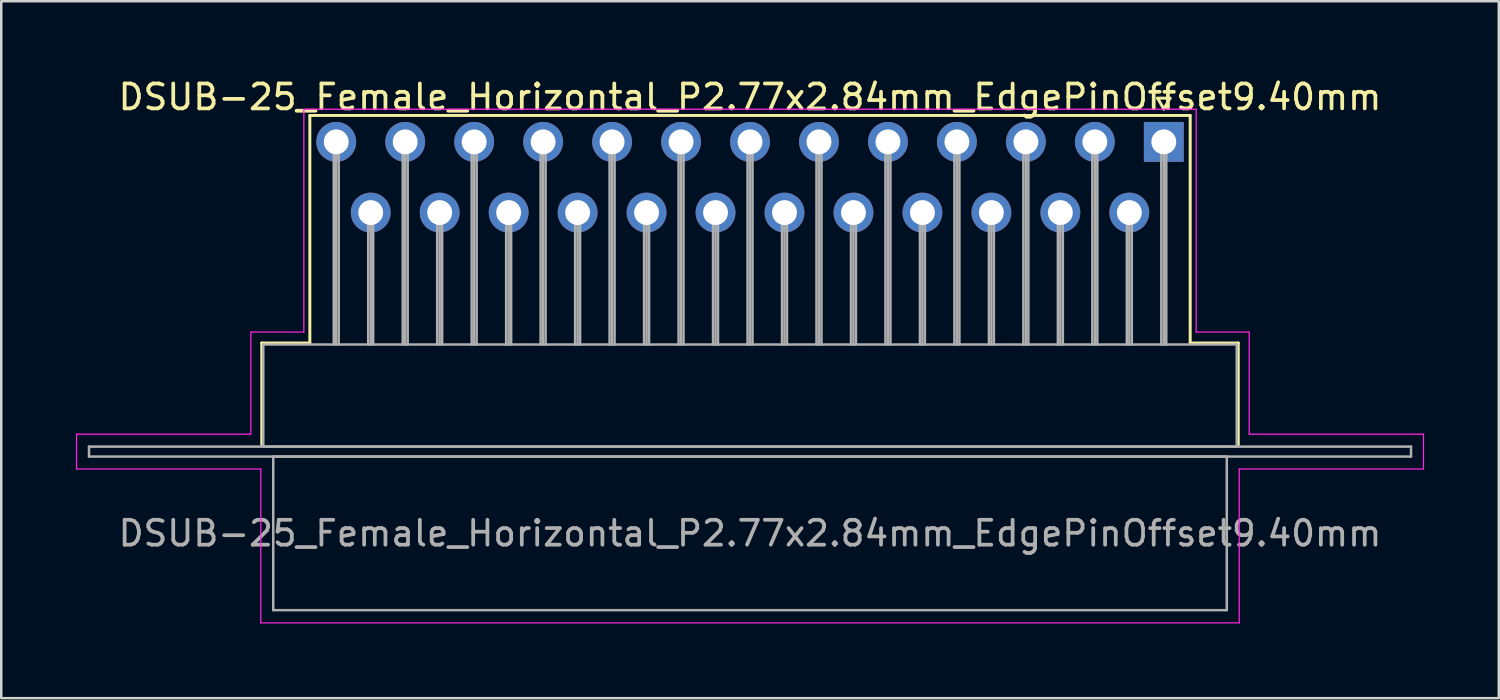
<source format=kicad_pcb>
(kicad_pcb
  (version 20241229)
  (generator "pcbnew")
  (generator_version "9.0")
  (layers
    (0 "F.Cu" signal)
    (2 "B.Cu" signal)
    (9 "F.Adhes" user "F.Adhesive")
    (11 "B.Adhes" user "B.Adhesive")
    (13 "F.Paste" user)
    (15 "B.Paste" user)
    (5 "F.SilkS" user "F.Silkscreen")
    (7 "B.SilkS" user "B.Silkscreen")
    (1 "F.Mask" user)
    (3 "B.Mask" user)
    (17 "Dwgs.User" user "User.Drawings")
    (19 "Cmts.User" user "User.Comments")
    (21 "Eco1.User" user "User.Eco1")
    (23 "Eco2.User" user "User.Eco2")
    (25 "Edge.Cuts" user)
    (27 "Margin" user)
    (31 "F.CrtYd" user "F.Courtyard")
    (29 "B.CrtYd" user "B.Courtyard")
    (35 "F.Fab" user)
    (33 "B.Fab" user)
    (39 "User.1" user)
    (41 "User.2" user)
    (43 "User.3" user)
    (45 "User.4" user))
  (footprint "DSUB-25_Female_Horizontal_P2.77x2.84mm_EdgePinOffset9.40mm"
    (layer "F.Cu")
    (at 43.695 2.648)
    (property "Reference" "DSUB-25_Female_Horizontal_P2.77x2.84mm_EdgePinOffset9.40mm" (at -16.62 -1.8 0) (layer "F.SilkS") (effects (font (size 1 1) (thickness 0.15))))
    (attr through_hole)
    (fp_line (start -36.23 8.08) (end -34.3 8.08) (stroke (width 0.12) (type solid)) (layer "F.SilkS"))
    (fp_line (start -36.23 12.18) (end -36.23 8.08) (stroke (width 0.12) (type solid)) (layer "F.SilkS"))
    (fp_line (start -34.3 -1.06) (end 1.06 -1.06) (stroke (width 0.12) (type solid)) (layer "F.SilkS"))
    (fp_line (start -34.3 8.08) (end -34.3 -1.06) (stroke (width 0.12) (type solid)) (layer "F.SilkS"))
    (fp_line (start -0.25 -1.754) (end 0.25 -1.754) (stroke (width 0.12) (type solid)) (layer "F.SilkS"))
    (fp_line (start 0 -1.321) (end -0.25 -1.754) (stroke (width 0.12) (type solid)) (layer "F.SilkS"))
    (fp_line (start 0.25 -1.754) (end 0 -1.321) (stroke (width 0.12) (type solid)) (layer "F.SilkS"))
    (fp_line (start 1.06 -1.06) (end 1.06 8.08) (stroke (width 0.12) (type solid)) (layer "F.SilkS"))
    (fp_line (start 1.06 8.08) (end 2.99 8.08) (stroke (width 0.12) (type solid)) (layer "F.SilkS"))
    (fp_line (start 2.99 8.08) (end 2.99 12.18) (stroke (width 0.12) (type solid)) (layer "F.SilkS"))
    (fp_line (start -43.67 11.74) (end -36.67 11.74) (stroke (width 0.05) (type solid)) (layer "F.CrtYd"))
    (fp_line (start -43.67 13.14) (end -43.67 11.74) (stroke (width 0.05) (type solid)) (layer "F.CrtYd"))
    (fp_line (start -36.67 7.64) (end -34.54 7.64) (stroke (width 0.05) (type solid)) (layer "F.CrtYd"))
    (fp_line (start -36.67 11.74) (end -36.67 7.64) (stroke (width 0.05) (type solid)) (layer "F.CrtYd"))
    (fp_line (start -36.27 13.14) (end -43.67 13.14) (stroke (width 0.05) (type solid)) (layer "F.CrtYd"))
    (fp_line (start -36.27 19.32) (end -36.27 13.14) (stroke (width 0.05) (type solid)) (layer "F.CrtYd"))
    (fp_line (start -34.54 -1.31) (end 1.3 -1.31) (stroke (width 0.05) (type solid)) (layer "F.CrtYd"))
    (fp_line (start -34.54 7.64) (end -34.54 -1.31) (stroke (width 0.05) (type solid)) (layer "F.CrtYd"))
    (fp_line (start 1.3 -1.31) (end 1.3 7.64) (stroke (width 0.05) (type solid)) (layer "F.CrtYd"))
    (fp_line (start 1.3 7.64) (end 3.43 7.64) (stroke (width 0.05) (type solid)) (layer "F.CrtYd"))
    (fp_line (start 3.03 13.14) (end 3.03 19.32) (stroke (width 0.05) (type solid)) (layer "F.CrtYd"))
    (fp_line (start 3.03 19.32) (end -36.27 19.32) (stroke (width 0.05) (type solid)) (layer "F.CrtYd"))
    (fp_line (start 3.43 7.64) (end 3.43 11.74) (stroke (width 0.05) (type solid)) (layer "F.CrtYd"))
    (fp_line (start 3.43 11.74) (end 10.43 11.74) (stroke (width 0.05) (type solid)) (layer "F.CrtYd"))
    (fp_line (start 10.43 11.74) (end 10.43 13.14) (stroke (width 0.05) (type solid)) (layer "F.CrtYd"))
    (fp_line (start 10.43 13.14) (end 3.03 13.14) (stroke (width 0.05) (type solid)) (layer "F.CrtYd"))
    (fp_line (start -43.17 12.24) (end -43.17 12.64) (stroke (width 0.1) (type solid)) (layer "F.Fab"))
    (fp_line (start -43.17 12.64) (end 9.93 12.64) (stroke (width 0.1) (type solid)) (layer "F.Fab"))
    (fp_line (start -36.17 8.14) (end -36.17 12.24) (stroke (width 0.1) (type solid)) (layer "F.Fab"))
    (fp_line (start -36.17 12.24) (end 2.93 12.24) (stroke (width 0.1) (type solid)) (layer "F.Fab"))
    (fp_line (start -35.77 12.64) (end -35.77 18.81) (stroke (width 0.1) (type solid)) (layer "F.Fab"))
    (fp_line (start -35.77 18.81) (end 2.53 18.81) (stroke (width 0.1) (type solid)) (layer "F.Fab"))
    (fp_line (start -33.34 0) (end -33.34 8.14) (stroke (width 0.1) (type solid)) (layer "F.Fab"))
    (fp_line (start -33.24 0) (end -33.24 8.14) (stroke (width 0.1) (type solid)) (layer "F.Fab"))
    (fp_line (start -33.14 0) (end -33.14 8.14) (stroke (width 0.1) (type solid)) (layer "F.Fab"))
    (fp_line (start -31.955 2.84) (end -31.955 8.14) (stroke (width 0.1) (type solid)) (layer "F.Fab"))
    (fp_line (start -31.855 2.84) (end -31.855 8.14) (stroke (width 0.1) (type solid)) (layer "F.Fab"))
    (fp_line (start -31.755 2.84) (end -31.755 8.14) (stroke (width 0.1) (type solid)) (layer "F.Fab"))
    (fp_line (start -30.57 0) (end -30.57 8.14) (stroke (width 0.1) (type solid)) (layer "F.Fab"))
    (fp_line (start -30.47 0) (end -30.47 8.14) (stroke (width 0.1) (type solid)) (layer "F.Fab"))
    (fp_line (start -30.37 0) (end -30.37 8.14) (stroke (width 0.1) (type solid)) (layer "F.Fab"))
    (fp_line (start -29.185 2.84) (end -29.185 8.14) (stroke (width 0.1) (type solid)) (layer "F.Fab"))
    (fp_line (start -29.085 2.84) (end -29.085 8.14) (stroke (width 0.1) (type solid)) (layer "F.Fab"))
    (fp_line (start -28.985 2.84) (end -28.985 8.14) (stroke (width 0.1) (type solid)) (layer "F.Fab"))
    (fp_line (start -27.8 0) (end -27.8 8.14) (stroke (width 0.1) (type solid)) (layer "F.Fab"))
    (fp_line (start -27.7 0) (end -27.7 8.14) (stroke (width 0.1) (type solid)) (layer "F.Fab"))
    (fp_line (start -27.6 0) (end -27.6 8.14) (stroke (width 0.1) (type solid)) (layer "F.Fab"))
    (fp_line (start -26.415 2.84) (end -26.415 8.14) (stroke (width 0.1) (type solid)) (layer "F.Fab"))
    (fp_line (start -26.315 2.84) (end -26.315 8.14) (stroke (width 0.1) (type solid)) (layer "F.Fab"))
    (fp_line (start -26.215 2.84) (end -26.215 8.14) (stroke (width 0.1) (type solid)) (layer "F.Fab"))
    (fp_line (start -25.03 0) (end -25.03 8.14) (stroke (width 0.1) (type solid)) (layer "F.Fab"))
    (fp_line (start -24.93 0) (end -24.93 8.14) (stroke (width 0.1) (type solid)) (layer "F.Fab"))
    (fp_line (start -24.83 0) (end -24.83 8.14) (stroke (width 0.1) (type solid)) (layer "F.Fab"))
    (fp_line (start -23.645 2.84) (end -23.645 8.14) (stroke (width 0.1) (type solid)) (layer "F.Fab"))
    (fp_line (start -23.545 2.84) (end -23.545 8.14) (stroke (width 0.1) (type solid)) (layer "F.Fab"))
    (fp_line (start -23.445 2.84) (end -23.445 8.14) (stroke (width 0.1) (type solid)) (layer "F.Fab"))
    (fp_line (start -22.26 0) (end -22.26 8.14) (stroke (width 0.1) (type solid)) (layer "F.Fab"))
    (fp_line (start -22.16 0) (end -22.16 8.14) (stroke (width 0.1) (type solid)) (layer "F.Fab"))
    (fp_line (start -22.06 0) (end -22.06 8.14) (stroke (width 0.1) (type solid)) (layer "F.Fab"))
    (fp_line (start -20.875 2.84) (end -20.875 8.14) (stroke (width 0.1) (type solid)) (layer "F.Fab"))
    (fp_line (start -20.775 2.84) (end -20.775 8.14) (stroke (width 0.1) (type solid)) (layer "F.Fab"))
    (fp_line (start -20.675 2.84) (end -20.675 8.14) (stroke (width 0.1) (type solid)) (layer "F.Fab"))
    (fp_line (start -19.49 0) (end -19.49 8.14) (stroke (width 0.1) (type solid)) (layer "F.Fab"))
    (fp_line (start -19.39 0) (end -19.39 8.14) (stroke (width 0.1) (type solid)) (layer "F.Fab"))
    (fp_line (start -19.29 0) (end -19.29 8.14) (stroke (width 0.1) (type solid)) (layer "F.Fab"))
    (fp_line (start -18.105 2.84) (end -18.105 8.14) (stroke (width 0.1) (type solid)) (layer "F.Fab"))
    (fp_line (start -18.005 2.84) (end -18.005 8.14) (stroke (width 0.1) (type solid)) (layer "F.Fab"))
    (fp_line (start -17.905 2.84) (end -17.905 8.14) (stroke (width 0.1) (type solid)) (layer "F.Fab"))
    (fp_line (start -16.72 0) (end -16.72 8.14) (stroke (width 0.1) (type solid)) (layer "F.Fab"))
    (fp_line (start -16.62 0) (end -16.62 8.14) (stroke (width 0.1) (type solid)) (layer "F.Fab"))
    (fp_line (start -16.52 0) (end -16.52 8.14) (stroke (width 0.1) (type solid)) (layer "F.Fab"))
    (fp_line (start -15.335 2.84) (end -15.335 8.14) (stroke (width 0.1) (type solid)) (layer "F.Fab"))
    (fp_line (start -15.235 2.84) (end -15.235 8.14) (stroke (width 0.1) (type solid)) (layer "F.Fab"))
    (fp_line (start -15.135 2.84) (end -15.135 8.14) (stroke (width 0.1) (type solid)) (layer "F.Fab"))
    (fp_line (start -13.95 0) (end -13.95 8.14) (stroke (width 0.1) (type solid)) (layer "F.Fab"))
    (fp_line (start -13.85 0) (end -13.85 8.14) (stroke (width 0.1) (type solid)) (layer "F.Fab"))
    (fp_line (start -13.75 0) (end -13.75 8.14) (stroke (width 0.1) (type solid)) (layer "F.Fab"))
    (fp_line (start -12.565 2.84) (end -12.565 8.14) (stroke (width 0.1) (type solid)) (layer "F.Fab"))
    (fp_line (start -12.465 2.84) (end -12.465 8.14) (stroke (width 0.1) (type solid)) (layer "F.Fab"))
    (fp_line (start -12.365 2.84) (end -12.365 8.14) (stroke (width 0.1) (type solid)) (layer "F.Fab"))
    (fp_line (start -11.18 0) (end -11.18 8.14) (stroke (width 0.1) (type solid)) (layer "F.Fab"))
    (fp_line (start -11.08 0) (end -11.08 8.14) (stroke (width 0.1) (type solid)) (layer "F.Fab"))
    (fp_line (start -10.98 0) (end -10.98 8.14) (stroke (width 0.1) (type solid)) (layer "F.Fab"))
    (fp_line (start -9.795 2.84) (end -9.795 8.14) (stroke (width 0.1) (type solid)) (layer "F.Fab"))
    (fp_line (start -9.695 2.84) (end -9.695 8.14) (stroke (width 0.1) (type solid)) (layer "F.Fab"))
    (fp_line (start -9.595 2.84) (end -9.595 8.14) (stroke (width 0.1) (type solid)) (layer "F.Fab"))
    (fp_line (start -8.41 0) (end -8.41 8.14) (stroke (width 0.1) (type solid)) (layer "F.Fab"))
    (fp_line (start -8.31 0) (end -8.31 8.14) (stroke (width 0.1) (type solid)) (layer "F.Fab"))
    (fp_line (start -8.21 0) (end -8.21 8.14) (stroke (width 0.1) (type solid)) (layer "F.Fab"))
    (fp_line (start -7.025 2.84) (end -7.025 8.14) (stroke (width 0.1) (type solid)) (layer "F.Fab"))
    (fp_line (start -6.925 2.84) (end -6.925 8.14) (stroke (width 0.1) (type solid)) (layer "F.Fab"))
    (fp_line (start -6.825 2.84) (end -6.825 8.14) (stroke (width 0.1) (type solid)) (layer "F.Fab"))
    (fp_line (start -5.64 0) (end -5.64 8.14) (stroke (width 0.1) (type solid)) (layer "F.Fab"))
    (fp_line (start -5.54 0) (end -5.54 8.14) (stroke (width 0.1) (type solid)) (layer "F.Fab"))
    (fp_line (start -5.44 0) (end -5.44 8.14) (stroke (width 0.1) (type solid)) (layer "F.Fab"))
    (fp_line (start -4.255 2.84) (end -4.255 8.14) (stroke (width 0.1) (type solid)) (layer "F.Fab"))
    (fp_line (start -4.155 2.84) (end -4.155 8.14) (stroke (width 0.1) (type solid)) (layer "F.Fab"))
    (fp_line (start -4.055 2.84) (end -4.055 8.14) (stroke (width 0.1) (type solid)) (layer "F.Fab"))
    (fp_line (start -2.87 0) (end -2.87 8.14) (stroke (width 0.1) (type solid)) (layer "F.Fab"))
    (fp_line (start -2.77 0) (end -2.77 8.14) (stroke (width 0.1) (type solid)) (layer "F.Fab"))
    (fp_line (start -2.67 0) (end -2.67 8.14) (stroke (width 0.1) (type solid)) (layer "F.Fab"))
    (fp_line (start -1.485 2.84) (end -1.485 8.14) (stroke (width 0.1) (type solid)) (layer "F.Fab"))
    (fp_line (start -1.385 2.84) (end -1.385 8.14) (stroke (width 0.1) (type solid)) (layer "F.Fab"))
    (fp_line (start -1.285 2.84) (end -1.285 8.14) (stroke (width 0.1) (type solid)) (layer "F.Fab"))
    (fp_line (start -0.1 0) (end -0.1 8.14) (stroke (width 0.1) (type solid)) (layer "F.Fab"))
    (fp_line (start 0 0) (end 0 8.14) (stroke (width 0.1) (type solid)) (layer "F.Fab"))
    (fp_line (start 0.1 0) (end 0.1 8.14) (stroke (width 0.1) (type solid)) (layer "F.Fab"))
    (fp_line (start 2.53 12.64) (end -35.77 12.64) (stroke (width 0.1) (type solid)) (layer "F.Fab"))
    (fp_line (start 2.53 18.81) (end 2.53 12.64) (stroke (width 0.1) (type solid)) (layer "F.Fab"))
    (fp_line (start 2.93 8.14) (end -36.17 8.14) (stroke (width 0.1) (type solid)) (layer "F.Fab"))
    (fp_line (start 2.93 12.24) (end 2.93 8.14) (stroke (width 0.1) (type solid)) (layer "F.Fab"))
    (fp_line (start 9.93 12.24) (end -43.17 12.24) (stroke (width 0.1) (type solid)) (layer "F.Fab"))
    (fp_line (start 9.93 12.64) (end 9.93 12.24) (stroke (width 0.1) (type solid)) (layer "F.Fab"))
    (fp_text user "${REFERENCE}" (at -16.62 15.725 0) (layer "F.Fab") (effects (font (size 1 1) (thickness 0.15))))
    (pad "1" thru_hole rect (at 0 0) (size 1.6 1.6) (drill 1) (layers "*.Cu" "*.Mask"))
    (pad "2" thru_hole circle (at -2.77 0) (size 1.6 1.6) (drill 1) (layers "*.Cu" "*.Mask"))
    (pad "3" thru_hole circle (at -5.54 0) (size 1.6 1.6) (drill 1) (layers "*.Cu" "*.Mask"))
    (pad "4" thru_hole circle (at -8.31 0) (size 1.6 1.6) (drill 1) (layers "*.Cu" "*.Mask"))
    (pad "5" thru_hole circle (at -11.08 0) (size 1.6 1.6) (drill 1) (layers "*.Cu" "*.Mask"))
    (pad "6" thru_hole circle (at -13.85 0) (size 1.6 1.6) (drill 1) (layers "*.Cu" "*.Mask"))
    (pad "7" thru_hole circle (at -16.62 0) (size 1.6 1.6) (drill 1) (layers "*.Cu" "*.Mask"))
    (pad "8" thru_hole circle (at -19.39 0) (size 1.6 1.6) (drill 1) (layers "*.Cu" "*.Mask"))
    (pad "9" thru_hole circle (at -22.16 0) (size 1.6 1.6) (drill 1) (layers "*.Cu" "*.Mask"))
    (pad "10" thru_hole circle (at -24.93 0) (size 1.6 1.6) (drill 1) (layers "*.Cu" "*.Mask"))
    (pad "11" thru_hole circle (at -27.7 0) (size 1.6 1.6) (drill 1) (layers "*.Cu" "*.Mask"))
    (pad "12" thru_hole circle (at -30.47 0) (size 1.6 1.6) (drill 1) (layers "*.Cu" "*.Mask"))
    (pad "13" thru_hole circle (at -33.24 0) (size 1.6 1.6) (drill 1) (layers "*.Cu" "*.Mask"))
    (pad "14" thru_hole circle (at -1.385 2.84) (size 1.6 1.6) (drill 1) (layers "*.Cu" "*.Mask"))
    (pad "15" thru_hole circle (at -4.155 2.84) (size 1.6 1.6) (drill 1) (layers "*.Cu" "*.Mask"))
    (pad "16" thru_hole circle (at -6.925 2.84) (size 1.6 1.6) (drill 1) (layers "*.Cu" "*.Mask"))
    (pad "17" thru_hole circle (at -9.695 2.84) (size 1.6 1.6) (drill 1) (layers "*.Cu" "*.Mask"))
    (pad "18" thru_hole circle (at -12.465 2.84) (size 1.6 1.6) (drill 1) (layers "*.Cu" "*.Mask"))
    (pad "19" thru_hole circle (at -15.235 2.84) (size 1.6 1.6) (drill 1) (layers "*.Cu" "*.Mask"))
    (pad "20" thru_hole circle (at -18.005 2.84) (size 1.6 1.6) (drill 1) (layers "*.Cu" "*.Mask"))
    (pad "21" thru_hole circle (at -20.775 2.84) (size 1.6 1.6) (drill 1) (layers "*.Cu" "*.Mask"))
    (pad "22" thru_hole circle (at -23.545 2.84) (size 1.6 1.6) (drill 1) (layers "*.Cu" "*.Mask"))
    (pad "23" thru_hole circle (at -26.315 2.84) (size 1.6 1.6) (drill 1) (layers "*.Cu" "*.Mask"))
    (pad "24" thru_hole circle (at -29.085 2.84) (size 1.6 1.6) (drill 1) (layers "*.Cu" "*.Mask"))
    (pad "25" thru_hole circle (at -31.855 2.84) (size 1.6 1.6) (drill 1) (layers "*.Cu" "*.Mask")))
  (gr_rect
    (start -3 -3)
    (end 57.15 24.993)
    (stroke (width 0.1) (type default))
    (fill no)
    (layer "Edge.Cuts")))
</source>
